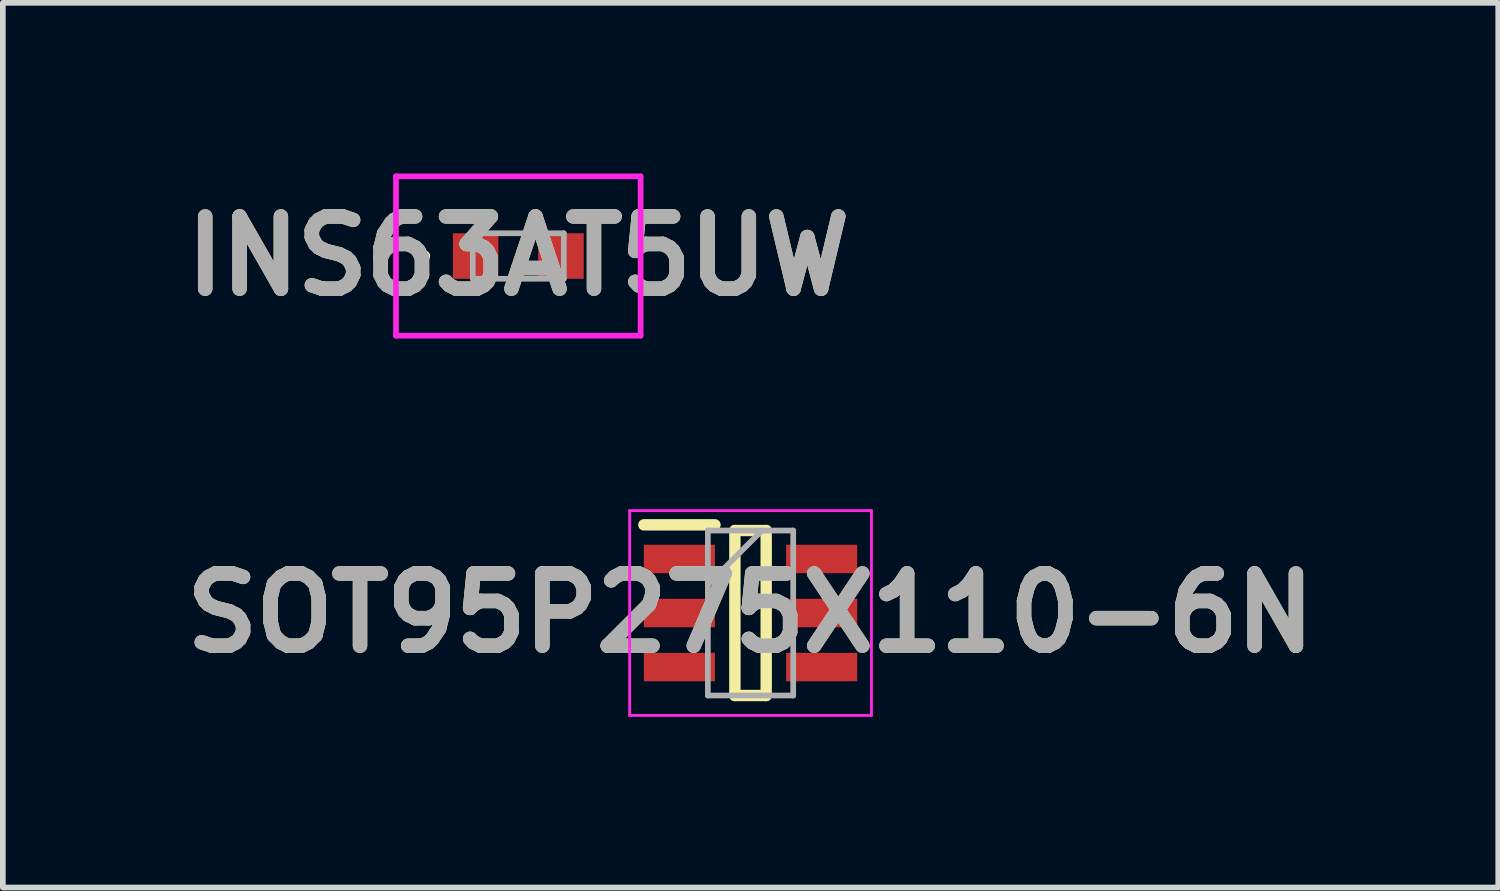
<source format=kicad_pcb>
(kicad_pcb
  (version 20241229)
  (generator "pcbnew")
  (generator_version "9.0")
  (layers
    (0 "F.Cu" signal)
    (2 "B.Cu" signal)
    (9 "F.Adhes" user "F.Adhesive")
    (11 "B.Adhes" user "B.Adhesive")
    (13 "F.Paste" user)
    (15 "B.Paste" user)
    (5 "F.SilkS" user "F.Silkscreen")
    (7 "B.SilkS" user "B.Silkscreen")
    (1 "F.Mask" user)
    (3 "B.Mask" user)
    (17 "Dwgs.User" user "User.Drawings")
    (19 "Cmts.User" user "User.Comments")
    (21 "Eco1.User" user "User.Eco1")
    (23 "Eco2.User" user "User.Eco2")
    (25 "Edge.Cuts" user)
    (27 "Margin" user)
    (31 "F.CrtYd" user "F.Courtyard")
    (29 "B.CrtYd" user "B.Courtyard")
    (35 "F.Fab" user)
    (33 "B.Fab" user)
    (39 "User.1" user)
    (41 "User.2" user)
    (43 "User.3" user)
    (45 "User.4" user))
  (footprint "INS63AT5UW"
    (layer "F.Cu")
    (at 6.06 1.45)
    (property "Reference" "INS63AT5UW" (at 0 0 0) (layer "F.SilkS") (effects (font (size 1.27 1.27) (thickness 0.254))))
    (attr smd)
    (fp_line (start -1.7 0) (end -1.7 0) (stroke (width 0.1) (type solid)) (layer "F.SilkS"))
    (fp_line (start -1.6 0) (end -1.6 0) (stroke (width 0.1) (type solid)) (layer "F.SilkS"))
    (fp_arc (start -1.7 0) (mid -1.65 -0.05) (end -1.6 0) (stroke (width 0.1) (type solid)) (layer "F.SilkS"))
    (fp_arc (start -1.6 0) (mid -1.65 0.05) (end -1.7 0) (stroke (width 0.1) (type solid)) (layer "F.SilkS"))
    (fp_line (start -2.15 -1.4) (end 2.15 -1.4) (stroke (width 0.1) (type solid)) (layer "F.CrtYd"))
    (fp_line (start -2.15 1.4) (end -2.15 -1.4) (stroke (width 0.1) (type solid)) (layer "F.CrtYd"))
    (fp_line (start 2.15 -1.4) (end 2.15 1.4) (stroke (width 0.1) (type solid)) (layer "F.CrtYd"))
    (fp_line (start 2.15 1.4) (end -2.15 1.4) (stroke (width 0.1) (type solid)) (layer "F.CrtYd"))
    (fp_line (start -0.8 -0.4) (end 0.8 -0.4) (stroke (width 0.1) (type solid)) (layer "F.Fab"))
    (fp_line (start -0.8 0.4) (end -0.8 -0.4) (stroke (width 0.1) (type solid)) (layer "F.Fab"))
    (fp_line (start 0.8 -0.4) (end 0.8 0.4) (stroke (width 0.1) (type solid)) (layer "F.Fab"))
    (fp_line (start 0.8 0.4) (end -0.8 0.4) (stroke (width 0.1) (type solid)) (layer "F.Fab"))
    (fp_text user "${REFERENCE}" (at 0 0 0) (layer "F.Fab") (effects (font (size 1.27 1.27) (thickness 0.254))))
    (pad "1" smd rect (at -0.75 0 90) (size 0.8 0.8) (layers "F.Cu" "F.Mask" "F.Paste"))
    (pad "2" smd rect (at 0.75 0 90) (size 0.8 0.8) (layers "F.Cu" "F.Mask" "F.Paste")))
  (footprint "SOT95P275X110-6N"
    (layer "F.Cu")
    (at 10.142 7.725)
    (property "Reference" "SOT95P275X110-6N" (at 0 0 0) (layer "F.SilkS") (effects (font (size 1.27 1.27) (thickness 0.254))))
    (attr smd)
    (fp_line (start -1.875 -1.55) (end -0.625 -1.55) (stroke (width 0.2) (type solid)) (layer "F.SilkS"))
    (fp_line (start -0.275 -1.45) (end 0.275 -1.45) (stroke (width 0.2) (type solid)) (layer "F.SilkS"))
    (fp_line (start -0.275 1.45) (end -0.275 -1.45) (stroke (width 0.2) (type solid)) (layer "F.SilkS"))
    (fp_line (start 0.275 -1.45) (end 0.275 1.45) (stroke (width 0.2) (type solid)) (layer "F.SilkS"))
    (fp_line (start 0.275 1.45) (end -0.275 1.45) (stroke (width 0.2) (type solid)) (layer "F.SilkS"))
    (fp_line (start -2.125 -1.8) (end 2.125 -1.8) (stroke (width 0.05) (type solid)) (layer "F.CrtYd"))
    (fp_line (start -2.125 1.8) (end -2.125 -1.8) (stroke (width 0.05) (type solid)) (layer "F.CrtYd"))
    (fp_line (start 2.125 -1.8) (end 2.125 1.8) (stroke (width 0.05) (type solid)) (layer "F.CrtYd"))
    (fp_line (start 2.125 1.8) (end -2.125 1.8) (stroke (width 0.05) (type solid)) (layer "F.CrtYd"))
    (fp_line (start -0.75 -1.45) (end 0.75 -1.45) (stroke (width 0.1) (type solid)) (layer "F.Fab"))
    (fp_line (start -0.75 -0.5) (end 0.2 -1.45) (stroke (width 0.1) (type solid)) (layer "F.Fab"))
    (fp_line (start -0.75 1.45) (end -0.75 -1.45) (stroke (width 0.1) (type solid)) (layer "F.Fab"))
    (fp_line (start 0.75 -1.45) (end 0.75 1.45) (stroke (width 0.1) (type solid)) (layer "F.Fab"))
    (fp_line (start 0.75 1.45) (end -0.75 1.45) (stroke (width 0.1) (type solid)) (layer "F.Fab"))
    (fp_text user "${REFERENCE}" (at 0 0 0) (layer "F.Fab") (effects (font (size 1.27 1.27) (thickness 0.254))))
    (pad "1" smd rect (at -1.25 -0.95 90) (size 0.5 1.25) (layers "F.Cu" "F.Mask" "F.Paste"))
    (pad "2" smd rect (at -1.25 0 90) (size 0.5 1.25) (layers "F.Cu" "F.Mask" "F.Paste"))
    (pad "3" smd rect (at -1.25 0.95 90) (size 0.5 1.25) (layers "F.Cu" "F.Mask" "F.Paste"))
    (pad "4" smd rect (at 1.25 0.95 90) (size 0.5 1.25) (layers "F.Cu" "F.Mask" "F.Paste"))
    (pad "5" smd rect (at 1.25 0 90) (size 0.5 1.25) (layers "F.Cu" "F.Mask" "F.Paste"))
    (pad "6" smd rect (at 1.25 -0.95 90) (size 0.5 1.25) (layers "F.Cu" "F.Mask" "F.Paste")))
  (gr_rect
    (start -3 -3)
    (end 23.284 12.55)
    (stroke (width 0.1) (type default))
    (fill no)
    (layer "Edge.Cuts")))
</source>
